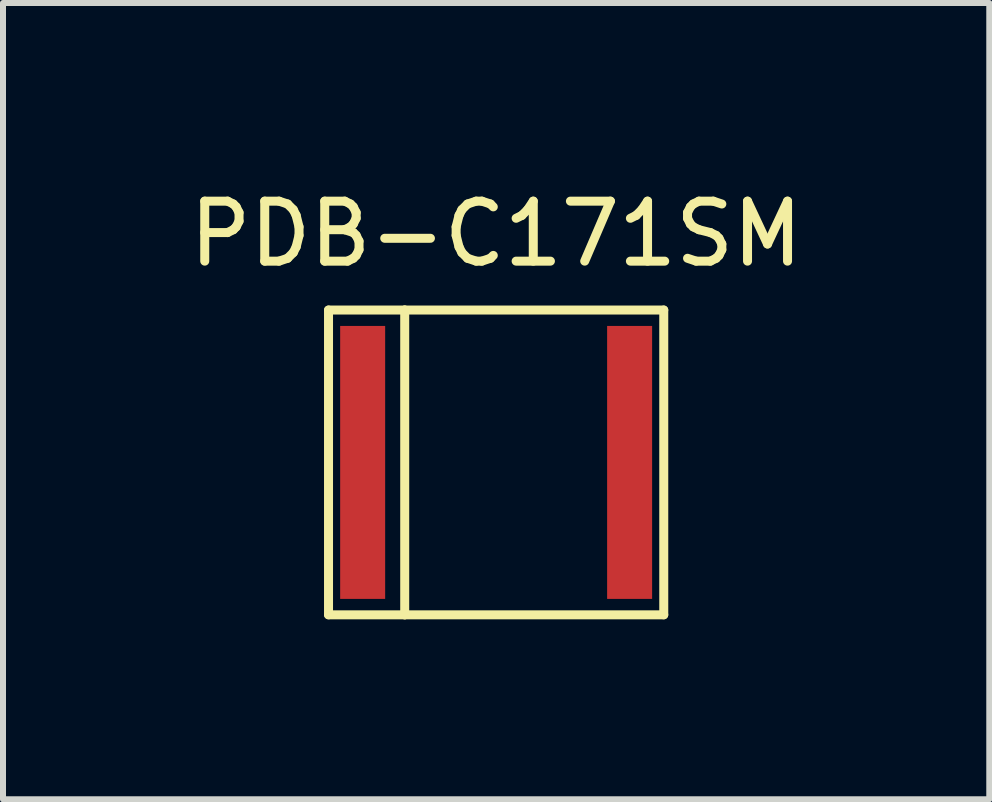
<source format=kicad_pcb>
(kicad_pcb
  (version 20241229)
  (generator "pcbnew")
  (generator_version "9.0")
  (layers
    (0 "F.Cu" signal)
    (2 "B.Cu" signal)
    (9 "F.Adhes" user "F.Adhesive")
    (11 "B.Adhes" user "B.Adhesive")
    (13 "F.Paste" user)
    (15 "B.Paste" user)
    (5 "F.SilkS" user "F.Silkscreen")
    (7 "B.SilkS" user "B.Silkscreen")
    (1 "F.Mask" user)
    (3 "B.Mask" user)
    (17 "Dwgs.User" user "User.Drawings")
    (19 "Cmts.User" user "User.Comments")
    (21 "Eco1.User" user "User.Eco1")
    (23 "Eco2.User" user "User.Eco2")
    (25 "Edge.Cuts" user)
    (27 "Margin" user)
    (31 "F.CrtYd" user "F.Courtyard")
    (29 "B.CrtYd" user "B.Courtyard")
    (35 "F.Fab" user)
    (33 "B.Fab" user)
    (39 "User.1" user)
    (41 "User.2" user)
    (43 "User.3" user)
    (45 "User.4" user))
  (footprint "PDB-C171SM"
    (layer "F.Cu")
    (at 5.22 4.658)
    (property "Reference" "PDB-C171SM" (at 0 -3.81 0) (layer "F.SilkS") (effects (font (size 1 1) (thickness 0.15))))
    (attr through_hole)
    (fp_line (start -2.794 -2.54) (end -2.794 2.54) (stroke (width 0.15) (type solid)) (layer "F.SilkS"))
    (fp_line (start -2.794 2.54) (end -1.524 2.54) (stroke (width 0.15) (type solid)) (layer "F.SilkS"))
    (fp_line (start -1.524 -2.54) (end -2.794 -2.54) (stroke (width 0.15) (type solid)) (layer "F.SilkS"))
    (fp_line (start -1.524 -2.54) (end 2.794 -2.54) (stroke (width 0.15) (type solid)) (layer "F.SilkS"))
    (fp_line (start -1.524 2.54) (end -1.524 -2.54) (stroke (width 0.15) (type solid)) (layer "F.SilkS"))
    (fp_line (start 2.794 -2.54) (end 2.794 2.54) (stroke (width 0.15) (type solid)) (layer "F.SilkS"))
    (fp_line (start 2.794 2.54) (end -1.524 2.54) (stroke (width 0.15) (type solid)) (layer "F.SilkS"))
    (pad "1" smd rect (at -2.225 0) (size 0.75 4.55) (layers "F.Cu" "F.Mask" "F.Paste"))
    (pad "2" smd rect (at 2.225 0) (size 0.75 4.55) (layers "F.Cu" "F.Mask" "F.Paste")))
  (gr_rect
    (start -3 -3)
    (end 13.44 10.273)
    (stroke (width 0.1) (type default))
    (fill no)
    (layer "Edge.Cuts")))
</source>
